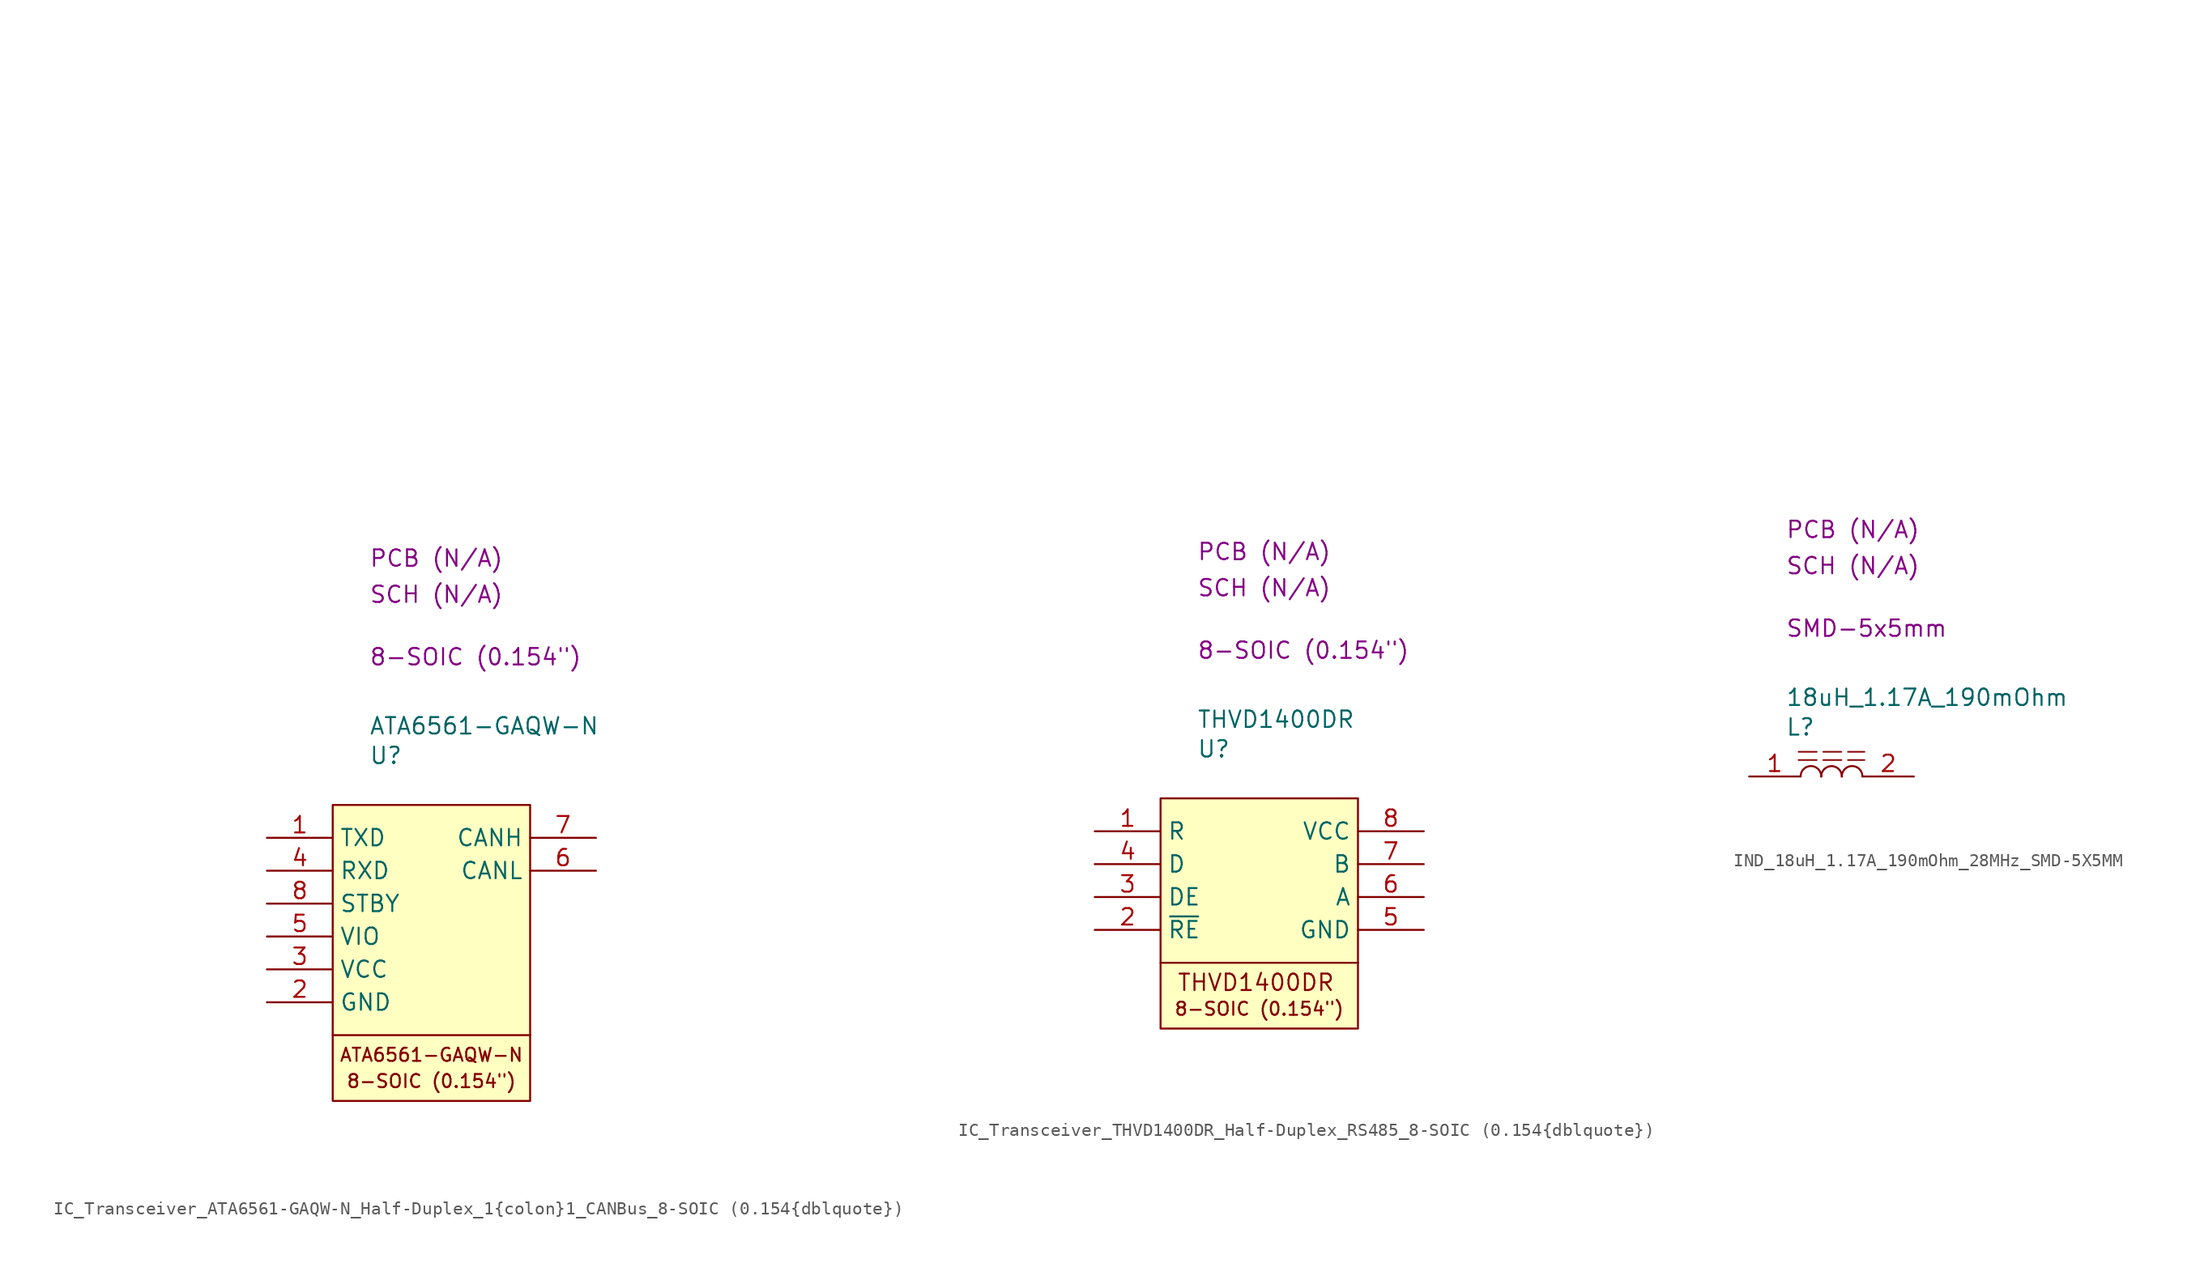
<source format=kicad_sym>
(kicad_symbol_lib
  (version 20231120)
  (generator "kicad_symbol_editor")
  (generator_version "8.0")
  (symbol "IC_Transceiver_ATA6561-GAQW-N_Half-Duplex_1{colon}1_CANBus_8-SOIC (0.154{dblquote})"
    (property "Reference" "U"
      (at 2.794 3.81 0)
      (effects (font (size 1.27 1.27)) (justify left)))
    (property "Value" "ATA6561-GAQW-N"
      (at 2.794 6.096 0)
      (effects (font (size 1.27 1.27)) (justify left)))
    (property "Package" "8-SOIC (0.154\")"
      (at 2.794 11.43 0)
      (effects (font (size 1.27 1.27)) (justify left)))
    (property "SCH CHECK" "SCH (N/A)"
      (at 2.794 16.256 0)
      (effects (font (size 1.27 1.27)) (justify left)))
    (property "PCB CHECk" "PCB (N/A)"
      (at 2.794 19.05 0)
      (effects (font (size 1.27 1.27)) (justify left)))
    (symbol "IC_Transceiver_ATA6561-GAQW-N_Half-Duplex_1{colon}1_CANBus_8-SOIC (0.154{dblquote})_0_1"
      (polyline private (pts (xy 2.54 2.54) (xy 27.94 2.54)) (stroke (width 0) (type default)) (fill (type none)))
      (polyline private (pts (xy 2.54 5.08) (xy 27.94 5.08)) (stroke (width 0) (type default)) (fill (type none)))
      (polyline private (pts (xy 2.54 7.62) (xy 27.94 7.62)) (stroke (width 0) (type default)) (fill (type none)))
      (polyline private (pts (xy 2.54 10.16) (xy 27.94 10.16)) (stroke (width 0) (type default)) (fill (type none)))
      (polyline private (pts (xy 2.54 12.7) (xy 27.94 12.7)) (stroke (width 0) (type default)) (fill (type none)))
      (polyline private (pts (xy 2.54 15.24) (xy 27.94 15.24)) (stroke (width 0) (type default)) (fill (type none)))
      (polyline private (pts (xy 2.54 17.78) (xy 27.94 17.78)) (stroke (width 0) (type default)) (fill (type none)))
      (polyline private (pts (xy 2.54 20.32) (xy 27.94 20.32)) (stroke (width 0) (type default)) (fill (type none)))
      (polyline private (pts (xy 2.54 22.86) (xy 27.94 22.86)) (stroke (width 0) (type default)) (fill (type none)))
      (polyline private (pts (xy 2.54 25.4) (xy 27.94 25.4)) (stroke (width 0) (type default)) (fill (type none)))
      (polyline private (pts (xy 2.54 27.94) (xy 27.94 27.94)) (stroke (width 0) (type default)) (fill (type none)))
      (polyline private (pts (xy 2.54 30.48) (xy 27.94 30.48)) (stroke (width 0) (type default)) (fill (type none)))
      (polyline private (pts (xy 2.54 33.02) (xy 27.94 33.02)) (stroke (width 0) (type default)) (fill (type none)))
      (polyline private (pts (xy 2.54 35.56) (xy 27.94 35.56)) (stroke (width 0) (type default)) (fill (type none)))
      (polyline private (pts (xy 2.54 38.1) (xy 27.94 38.1)) (stroke (width 0) (type default)) (fill (type none)))
      (polyline private (pts (xy 2.54 40.64) (xy 27.94 40.64)) (stroke (width 0) (type default)) (fill (type none)))
      (polyline private (pts (xy 2.54 43.18) (xy 27.94 43.18)) (stroke (width 0) (type default)) (fill (type none)))
      (polyline private (pts (xy 2.54 45.72) (xy 27.94 45.72)) (stroke (width 0) (type default)) (fill (type none)))
      (polyline private (pts (xy 2.54 48.26) (xy 27.94 48.26)) (stroke (width 0) (type default)) (fill (type none)))
      (polyline private (pts (xy 2.54 50.8) (xy 27.94 50.8)) (stroke (width 0) (type default)) (fill (type none))))
    (symbol "IC_Transceiver_ATA6561-GAQW-N_Half-Duplex_1{colon}1_CANBus_8-SOIC (0.154{dblquote})_1_1"
      (polyline (pts (xy 0 -17.78) (xy 15.24 -17.78)) (stroke (width 0) (type default)) (fill (type none)))
      (rectangle (start 0 0) (end 15.24 -22.86) (stroke (width 0) (type default)) (fill (type background)))
      (text "8-SOIC (0.154\")" (at 7.62 -21.336 0) (effects (font (size 1.016 1.016))))
      (text "ATA6561-GAQW-N" (at 7.62 -19.304 0) (effects (font (size 1.016 1.016))))
      (pin passive line (at -5.08 -2.54 0) (length 5.08) (name "TXD" (effects (font (size 1.27 1.27)))) (number "1" (effects (font (size 1.27 1.27)))))
      (pin passive line (at -5.08 -15.24 0) (length 5.08) (name "GND" (effects (font (size 1.27 1.27)))) (number "2" (effects (font (size 1.27 1.27)))))
      (pin passive line (at -5.08 -12.7 0) (length 5.08) (name "VCC" (effects (font (size 1.27 1.27)))) (number "3" (effects (font (size 1.27 1.27)))))
      (pin passive line (at -5.08 -5.08 0) (length 5.08) (name "RXD" (effects (font (size 1.27 1.27)))) (number "4" (effects (font (size 1.27 1.27)))))
      (pin passive line (at -5.08 -10.16 0) (length 5.08) (name "VIO" (effects (font (size 1.27 1.27)))) (number "5" (effects (font (size 1.27 1.27)))))
      (pin passive line (at 20.32 -5.08 180) (length 5.08) (name "CANL" (effects (font (size 1.27 1.27)))) (number "6" (effects (font (size 1.27 1.27)))))
      (pin passive line (at 20.32 -2.54 180) (length 5.08) (name "CANH" (effects (font (size 1.27 1.27)))) (number "7" (effects (font (size 1.27 1.27)))))
      (pin passive line (at -5.08 -7.62 0) (length 5.08) (name "STBY" (effects (font (size 1.27 1.27)))) (number "8" (effects (font (size 1.27 1.27)))))))
  (symbol "IC_Transceiver_THVD1400DR_Half-Duplex_RS485_8-SOIC (0.154{dblquote})"
    (property "Reference" "U"
      (at 2.794 3.81 0)
      (effects (font (size 1.27 1.27)) (justify left)))
    (property "Value" "THVD1400DR"
      (at 2.794 6.096 0)
      (effects (font (size 1.27 1.27)) (justify left)))
    (property "Package" "8-SOIC (0.154\")"
      (at 2.794 11.43 0)
      (effects (font (size 1.27 1.27)) (justify left)))
    (property "SCH CHECK" "SCH (N/A)"
      (at 2.794 16.256 0)
      (effects (font (size 1.27 1.27)) (justify left)))
    (property "PCB CHECk" "PCB (N/A)"
      (at 2.794 19.05 0)
      (effects (font (size 1.27 1.27)) (justify left)))
    (symbol "IC_Transceiver_THVD1400DR_Half-Duplex_RS485_8-SOIC (0.154{dblquote})_0_1"
      (polyline private (pts (xy 2.54 2.54) (xy 27.94 2.54)) (stroke (width 0) (type default)) (fill (type none)))
      (polyline private (pts (xy 2.54 5.08) (xy 27.94 5.08)) (stroke (width 0) (type default)) (fill (type none)))
      (polyline private (pts (xy 2.54 7.62) (xy 27.94 7.62)) (stroke (width 0) (type default)) (fill (type none)))
      (polyline private (pts (xy 2.54 10.16) (xy 27.94 10.16)) (stroke (width 0) (type default)) (fill (type none)))
      (polyline private (pts (xy 2.54 12.7) (xy 27.94 12.7)) (stroke (width 0) (type default)) (fill (type none)))
      (polyline private (pts (xy 2.54 15.24) (xy 27.94 15.24)) (stroke (width 0) (type default)) (fill (type none)))
      (polyline private (pts (xy 2.54 17.78) (xy 27.94 17.78)) (stroke (width 0) (type default)) (fill (type none)))
      (polyline private (pts (xy 2.54 20.32) (xy 27.94 20.32)) (stroke (width 0) (type default)) (fill (type none)))
      (polyline private (pts (xy 2.54 22.86) (xy 27.94 22.86)) (stroke (width 0) (type default)) (fill (type none)))
      (polyline private (pts (xy 2.54 25.4) (xy 27.94 25.4)) (stroke (width 0) (type default)) (fill (type none)))
      (polyline private (pts (xy 2.54 27.94) (xy 27.94 27.94)) (stroke (width 0) (type default)) (fill (type none)))
      (polyline private (pts (xy 2.54 30.48) (xy 27.94 30.48)) (stroke (width 0) (type default)) (fill (type none)))
      (polyline private (pts (xy 2.54 33.02) (xy 27.94 33.02)) (stroke (width 0) (type default)) (fill (type none)))
      (polyline private (pts (xy 2.54 35.56) (xy 27.94 35.56)) (stroke (width 0) (type default)) (fill (type none)))
      (polyline private (pts (xy 2.54 38.1) (xy 27.94 38.1)) (stroke (width 0) (type default)) (fill (type none)))
      (polyline private (pts (xy 2.54 40.64) (xy 27.94 40.64)) (stroke (width 0) (type default)) (fill (type none)))
      (polyline private (pts (xy 2.54 43.18) (xy 27.94 43.18)) (stroke (width 0) (type default)) (fill (type none)))
      (polyline private (pts (xy 2.54 45.72) (xy 27.94 45.72)) (stroke (width 0) (type default)) (fill (type none)))
      (polyline private (pts (xy 2.54 48.26) (xy 27.94 48.26)) (stroke (width 0) (type default)) (fill (type none)))
      (polyline private (pts (xy 2.54 50.8) (xy 27.94 50.8)) (stroke (width 0) (type default)) (fill (type none))))
    (symbol "IC_Transceiver_THVD1400DR_Half-Duplex_RS485_8-SOIC (0.154{dblquote})_1_1"
      (polyline (pts (xy 0 -12.7) (xy 15.24 -12.7)) (stroke (width 0) (type default)) (fill (type none)))
      (rectangle (start 0 0) (end 15.24 -17.78) (stroke (width 0) (type default)) (fill (type background)))
      (text "8-SOIC (0.154\")" (at 7.62 -16.256 0) (effects (font (size 1.016 1.016))))
      (text "THVD1400DR" (at 7.366 -14.224 0) (effects (font (size 1.27 1.27))))
      (pin passive line (at -5.08 -2.54 0) (length 5.08) (name "R" (effects (font (size 1.27 1.27)))) (number "1" (effects (font (size 1.27 1.27)))))
      (pin passive line (at -5.08 -10.16 0) (length 5.08) (name "~{RE}" (effects (font (size 1.27 1.27)))) (number "2" (effects (font (size 1.27 1.27)))))
      (pin passive line (at -5.08 -7.62 0) (length 5.08) (name "DE" (effects (font (size 1.27 1.27)))) (number "3" (effects (font (size 1.27 1.27)))))
      (pin passive line (at -5.08 -5.08 0) (length 5.08) (name "D" (effects (font (size 1.27 1.27)))) (number "4" (effects (font (size 1.27 1.27)))))
      (pin passive line (at 20.32 -10.16 180) (length 5.08) (name "GND" (effects (font (size 1.27 1.27)))) (number "5" (effects (font (size 1.27 1.27)))))
      (pin passive line (at 20.32 -7.62 180) (length 5.08) (name "A" (effects (font (size 1.27 1.27)))) (number "6" (effects (font (size 1.27 1.27)))))
      (pin passive line (at 20.32 -5.08 180) (length 5.08) (name "B" (effects (font (size 1.27 1.27)))) (number "7" (effects (font (size 1.27 1.27)))))
      (pin passive line (at 20.32 -2.54 180) (length 5.08) (name "VCC" (effects (font (size 1.27 1.27)))) (number "8" (effects (font (size 1.27 1.27)))))))
  (symbol "IND_18uH_1.17A_190mOhm_28MHz_SMD-5X5MM"
    (property "Reference" "L"
      (at 2.794 3.81 0)
      (effects (font (size 1.27 1.27)) (justify left)))
    (property "Value" "18uH_1.17A_190mOhm"
      (at 2.794 6.096 0)
      (effects (font (size 1.27 1.27)) (justify left)))
    (property "Package" "SMD-5x5mm"
      (at 2.794 11.43 0)
      (effects (font (size 1.27 1.27)) (justify left)))
    (property "SCH CHECK" "SCH (N/A)"
      (at 2.794 16.256 0)
      (effects (font (size 1.27 1.27)) (justify left)))
    (property "PCB CHECk" "PCB (N/A)"
      (at 2.794 19.05 0)
      (effects (font (size 1.27 1.27)) (justify left)))
    (symbol "IND_18uH_1.17A_190mOhm_28MHz_SMD-5X5MM_0_1"
      (polyline private (pts (xy 2.54 2.54) (xy 27.94 2.54)) (stroke (width 0) (type default)) (fill (type none)))
      (polyline private (pts (xy 2.54 5.08) (xy 27.94 5.08)) (stroke (width 0) (type default)) (fill (type none)))
      (polyline private (pts (xy 2.54 7.62) (xy 27.94 7.62)) (stroke (width 0) (type default)) (fill (type none)))
      (polyline private (pts (xy 2.54 10.16) (xy 27.94 10.16)) (stroke (width 0) (type default)) (fill (type none)))
      (polyline private (pts (xy 2.54 12.7) (xy 27.94 12.7)) (stroke (width 0) (type default)) (fill (type none)))
      (polyline private (pts (xy 2.54 15.24) (xy 27.94 15.24)) (stroke (width 0) (type default)) (fill (type none)))
      (polyline private (pts (xy 2.54 17.78) (xy 27.94 17.78)) (stroke (width 0) (type default)) (fill (type none)))
      (polyline private (pts (xy 2.54 20.32) (xy 27.94 20.32)) (stroke (width 0) (type default)) (fill (type none)))
      (polyline private (pts (xy 2.54 22.86) (xy 27.94 22.86)) (stroke (width 0) (type default)) (fill (type none)))
      (polyline private (pts (xy 2.54 25.4) (xy 27.94 25.4)) (stroke (width 0) (type default)) (fill (type none)))
      (polyline private (pts (xy 2.54 27.94) (xy 27.94 27.94)) (stroke (width 0) (type default)) (fill (type none)))
      (polyline private (pts (xy 2.54 30.48) (xy 27.94 30.48)) (stroke (width 0) (type default)) (fill (type none)))
      (polyline private (pts (xy 2.54 33.02) (xy 27.94 33.02)) (stroke (width 0) (type default)) (fill (type none)))
      (polyline private (pts (xy 2.54 35.56) (xy 27.94 35.56)) (stroke (width 0) (type default)) (fill (type none)))
      (polyline private (pts (xy 2.54 38.1) (xy 27.94 38.1)) (stroke (width 0) (type default)) (fill (type none)))
      (polyline private (pts (xy 2.54 40.64) (xy 27.94 40.64)) (stroke (width 0) (type default)) (fill (type none)))
      (polyline private (pts (xy 2.54 43.18) (xy 27.94 43.18)) (stroke (width 0) (type default)) (fill (type none)))
      (polyline private (pts (xy 2.54 45.72) (xy 27.94 45.72)) (stroke (width 0) (type default)) (fill (type none)))
      (polyline private (pts (xy 2.54 48.26) (xy 27.94 48.26)) (stroke (width 0) (type default)) (fill (type none)))
      (polyline private (pts (xy 2.54 50.8) (xy 27.94 50.8)) (stroke (width 0) (type default)) (fill (type none)))
      (arc (start 5.5568 -0.002) (mid 4.7631 0.8006) (end 3.9693 -0.002) (stroke (width 0) (type default)) (fill (type none)))
      (arc (start 7.1454 -0.0089) (mid 6.3517 0.7937) (end 5.5579 -0.0089) (stroke (width 0) (type default)) (fill (type none)))
      (arc (start 8.7339 -0.002) (mid 7.9402 0.8006) (end 7.1464 -0.002) (stroke (width 0) (type default)) (fill (type none))))
    (symbol "IND_18uH_1.17A_190mOhm_28MHz_SMD-5X5MM_1_1"
      (polyline (pts (xy 3.81 1.27) (xy 8.89 1.27)) (stroke (width 0.127) (type dash)) (fill (type none)))
      (polyline (pts (xy 3.81 1.905) (xy 8.89 1.905)) (stroke (width 0.127) (type dash)) (fill (type none)))
      (pin passive line (at 0 0 0) (length 3.937) (name "" (effects (font (size 1.27 1.27)))) (number "1" (effects (font (size 1.27 1.27)))))
      (pin passive line (at 12.7 0 180) (length 3.937) (name "" (effects (font (size 1.27 1.27)))) (number "2" (effects (font (size 1.27 1.27))))))))
</source>
